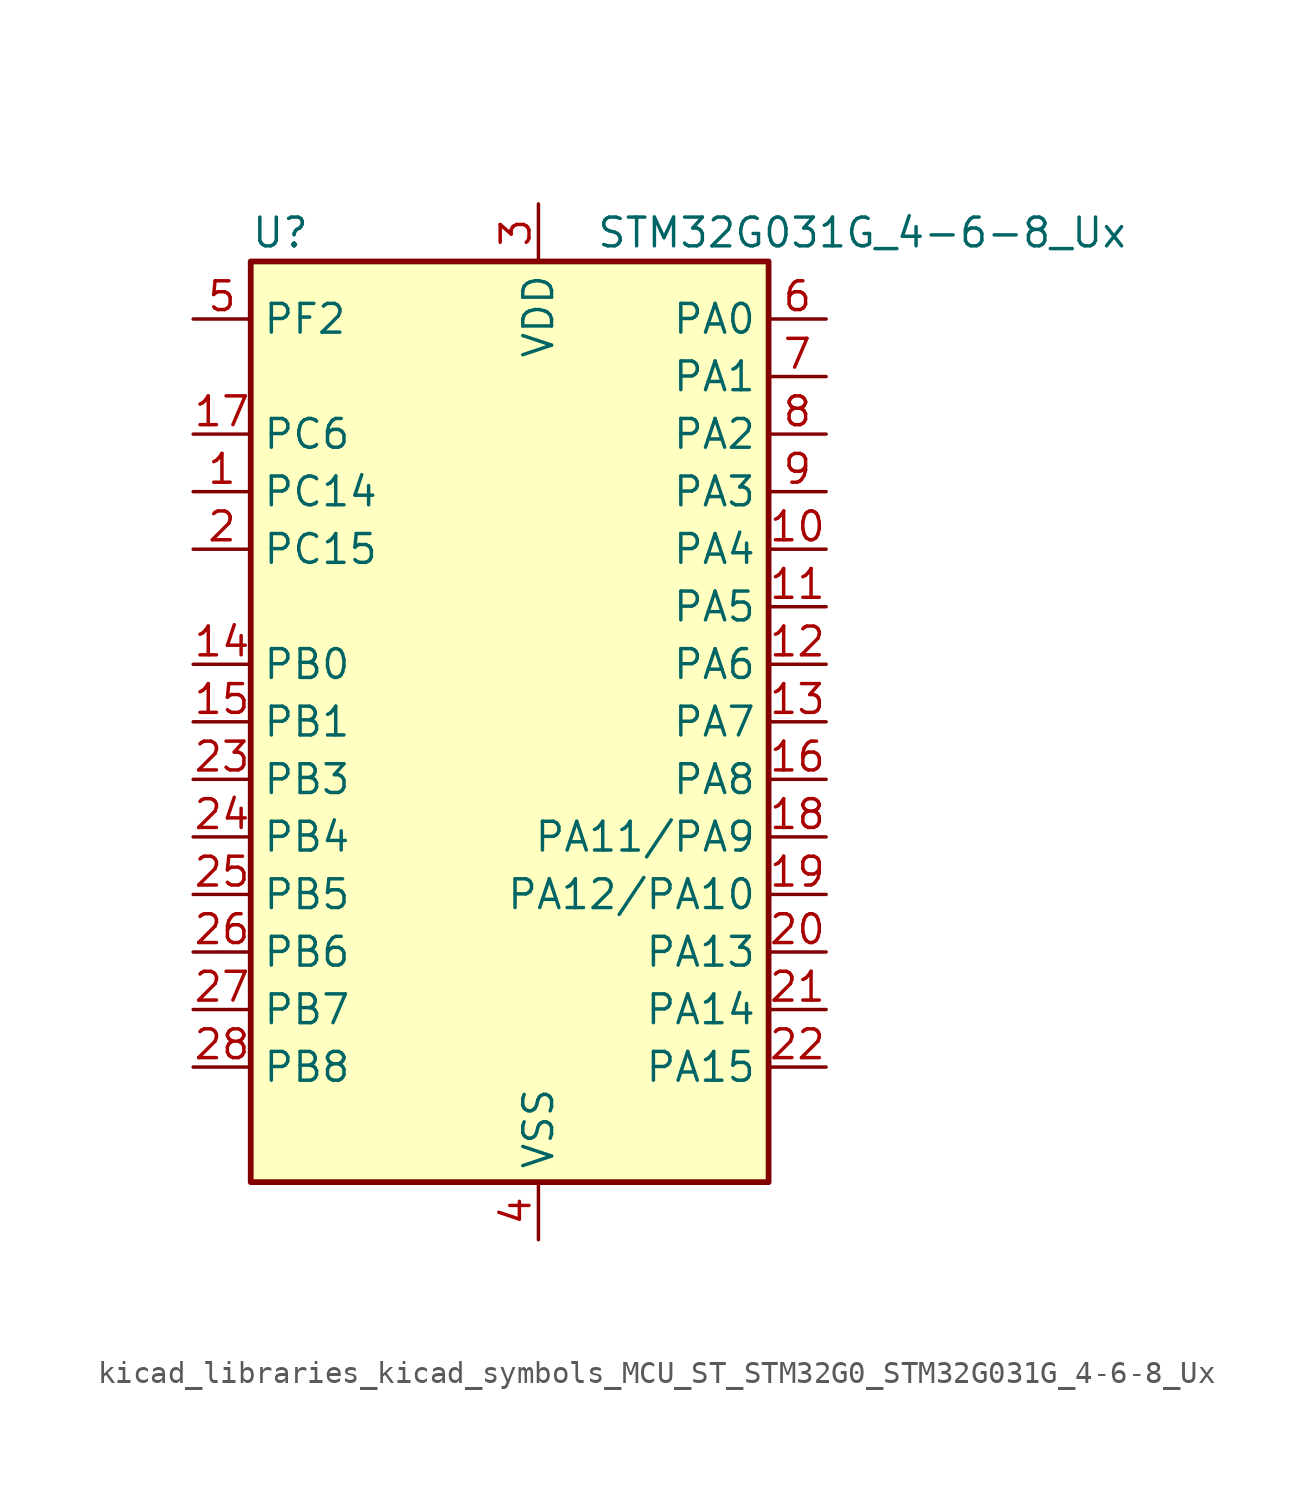
<source format=kicad_sym>
(kicad_symbol_lib
  (version 20220914)
  (generator kicad_symbol_editor)
  (symbol "kicad_libraries_kicad_symbols_MCU_ST_STM32G0_STM32G031G_4-6-8_Ux"
    (property "Reference" "U"
      (at -10.16 21.59 0)
      (effects (font (size 1.27 1.27)) (justify left)))
    (property "Value" "STM32G031G_4-6-8_Ux"
      (at 5.08 21.59 0)
      (effects (font (size 1.27 1.27)) (justify left)))
    (property "ki_locked" ""
      (at 0 0 0)
      (effects (font (size 1.27 1.27))))
    (symbol "kicad_libraries_kicad_symbols_MCU_ST_STM32G0_STM32G031G_4-6-8_Ux_0_1"
      (rectangle (start -10.16 -20.32) (end 12.7 20.32) (stroke (width 0.254) (type default)) (fill (type background))))
    (symbol "kicad_libraries_kicad_symbols_MCU_ST_STM32G0_STM32G031G_4-6-8_Ux_1_1"
      (pin bidirectional line (at -12.7 10.16 0) (length 2.54) (name "PC14" (effects (font (size 1.27 1.27)))) (number "1" (effects (font (size 1.27 1.27)))) (alternate "RCC_OSC32_IN" bidirectional line) (alternate "RCC_OSC_IN" bidirectional line) (alternate "TIM1_BK2" bidirectional line))
      (pin bidirectional line (at 15.24 7.62 180) (length 2.54) (name "PA4" (effects (font (size 1.27 1.27)))) (number "10" (effects (font (size 1.27 1.27)))) (alternate "ADC1_IN4" bidirectional line) (alternate "I2S1_WS" bidirectional line) (alternate "LPTIM2_OUT" bidirectional line) (alternate "RTC_OUT_ALARM" bidirectional line) (alternate "RTC_OUT_CALIB" bidirectional line) (alternate "RTC_TAMP_IN1" bidirectional line) (alternate "RTC_TS" bidirectional line) (alternate "SPI1_NSS" bidirectional line) (alternate "SPI2_MOSI" bidirectional line) (alternate "SYS_WKUP2" bidirectional line) (alternate "TIM14_CH1" bidirectional line))
      (pin bidirectional line (at 15.24 5.08 180) (length 2.54) (name "PA5" (effects (font (size 1.27 1.27)))) (number "11" (effects (font (size 1.27 1.27)))) (alternate "ADC1_IN5" bidirectional line) (alternate "I2S1_CK" bidirectional line) (alternate "LPTIM2_ETR" bidirectional line) (alternate "SPI1_SCK" bidirectional line) (alternate "TIM2_CH1" bidirectional line) (alternate "TIM2_ETR" bidirectional line))
      (pin bidirectional line (at 15.24 2.54 180) (length 2.54) (name "PA6" (effects (font (size 1.27 1.27)))) (number "12" (effects (font (size 1.27 1.27)))) (alternate "ADC1_IN6" bidirectional line) (alternate "I2S1_MCK" bidirectional line) (alternate "LPUART1_CTS" bidirectional line) (alternate "SPI1_MISO" bidirectional line) (alternate "TIM16_CH1" bidirectional line) (alternate "TIM1_BK" bidirectional line) (alternate "TIM3_CH1" bidirectional line))
      (pin bidirectional line (at 15.24 0 180) (length 2.54) (name "PA7" (effects (font (size 1.27 1.27)))) (number "13" (effects (font (size 1.27 1.27)))) (alternate "ADC1_IN7" bidirectional line) (alternate "I2S1_SD" bidirectional line) (alternate "SPI1_MOSI" bidirectional line) (alternate "TIM14_CH1" bidirectional line) (alternate "TIM17_CH1" bidirectional line) (alternate "TIM1_CH1N" bidirectional line) (alternate "TIM3_CH2" bidirectional line))
      (pin bidirectional line (at -12.7 2.54 0) (length 2.54) (name "PB0" (effects (font (size 1.27 1.27)))) (number "14" (effects (font (size 1.27 1.27)))) (alternate "ADC1_IN8" bidirectional line) (alternate "I2S1_WS" bidirectional line) (alternate "LPTIM1_OUT" bidirectional line) (alternate "SPI1_NSS" bidirectional line) (alternate "TIM1_CH2N" bidirectional line) (alternate "TIM3_CH3" bidirectional line))
      (pin bidirectional line (at -12.7 0 0) (length 2.54) (name "PB1" (effects (font (size 1.27 1.27)))) (number "15" (effects (font (size 1.27 1.27)))) (alternate "ADC1_IN9" bidirectional line) (alternate "LPTIM2_IN1" bidirectional line) (alternate "LPUART1_DE" bidirectional line) (alternate "LPUART1_RTS" bidirectional line) (alternate "TIM14_CH1" bidirectional line) (alternate "TIM1_CH3N" bidirectional line) (alternate "TIM3_CH4" bidirectional line))
      (pin bidirectional line (at 15.24 -2.54 180) (length 2.54) (name "PA8" (effects (font (size 1.27 1.27)))) (number "16" (effects (font (size 1.27 1.27)))) (alternate "LPTIM2_OUT" bidirectional line) (alternate "RCC_MCO" bidirectional line) (alternate "SPI2_NSS" bidirectional line) (alternate "TIM1_CH1" bidirectional line))
      (pin bidirectional line (at -12.7 12.7 0) (length 2.54) (name "PC6" (effects (font (size 1.27 1.27)))) (number "17" (effects (font (size 1.27 1.27)))) (alternate "TIM2_CH3" bidirectional line) (alternate "TIM3_CH1" bidirectional line))
      (pin bidirectional line (at 15.24 -5.08 180) (length 2.54) (name "PA11/PA9" (effects (font (size 1.27 1.27)))) (number "18" (effects (font (size 1.27 1.27)))) (alternate "ADC1_EXTI11" bidirectional line) (alternate "ADC1_IN15" bidirectional line) (alternate "I2C2_SCL" bidirectional line) (alternate "I2S1_MCK" bidirectional line) (alternate "SPI1_MISO" bidirectional line) (alternate "TIM1_BK2" bidirectional line) (alternate "TIM1_CH4" bidirectional line) (alternate "USART1_CTS" bidirectional line) (alternate "USART1_NSS" bidirectional line))
      (pin bidirectional line (at 15.24 -7.62 180) (length 2.54) (name "PA12/PA10" (effects (font (size 1.27 1.27)))) (number "19" (effects (font (size 1.27 1.27)))) (alternate "ADC1_IN16" bidirectional line) (alternate "I2C2_SDA" bidirectional line) (alternate "I2S1_SD" bidirectional line) (alternate "I2S_CKIN" bidirectional line) (alternate "SPI1_MOSI" bidirectional line) (alternate "TIM1_ETR" bidirectional line) (alternate "USART1_CK" bidirectional line) (alternate "USART1_DE" bidirectional line) (alternate "USART1_RTS" bidirectional line))
      (pin bidirectional line (at -12.7 7.62 0) (length 2.54) (name "PC15" (effects (font (size 1.27 1.27)))) (number "2" (effects (font (size 1.27 1.27)))) (alternate "RCC_OSC32_EN" bidirectional line) (alternate "RCC_OSC32_OUT" bidirectional line) (alternate "RCC_OSC_EN" bidirectional line))
      (pin bidirectional line (at 15.24 -10.16 180) (length 2.54) (name "PA13" (effects (font (size 1.27 1.27)))) (number "20" (effects (font (size 1.27 1.27)))) (alternate "ADC1_IN17" bidirectional line) (alternate "IR_OUT" bidirectional line) (alternate "SYS_SWDIO" bidirectional line))
      (pin bidirectional line (at 15.24 -12.7 180) (length 2.54) (name "PA14" (effects (font (size 1.27 1.27)))) (number "21" (effects (font (size 1.27 1.27)))) (alternate "ADC1_IN18" bidirectional line) (alternate "SYS_SWCLK" bidirectional line) (alternate "USART2_TX" bidirectional line))
      (pin bidirectional line (at 15.24 -15.24 180) (length 2.54) (name "PA15" (effects (font (size 1.27 1.27)))) (number "22" (effects (font (size 1.27 1.27)))) (alternate "I2S1_WS" bidirectional line) (alternate "SPI1_NSS" bidirectional line) (alternate "TIM2_CH1" bidirectional line) (alternate "TIM2_ETR" bidirectional line) (alternate "USART2_RX" bidirectional line))
      (pin bidirectional line (at -12.7 -2.54 0) (length 2.54) (name "PB3" (effects (font (size 1.27 1.27)))) (number "23" (effects (font (size 1.27 1.27)))) (alternate "I2S1_CK" bidirectional line) (alternate "SPI1_SCK" bidirectional line) (alternate "TIM1_CH2" bidirectional line) (alternate "TIM2_CH2" bidirectional line) (alternate "USART1_CK" bidirectional line) (alternate "USART1_DE" bidirectional line) (alternate "USART1_RTS" bidirectional line))
      (pin bidirectional line (at -12.7 -5.08 0) (length 2.54) (name "PB4" (effects (font (size 1.27 1.27)))) (number "24" (effects (font (size 1.27 1.27)))) (alternate "I2S1_MCK" bidirectional line) (alternate "SPI1_MISO" bidirectional line) (alternate "TIM17_BK" bidirectional line) (alternate "TIM3_CH1" bidirectional line) (alternate "USART1_CTS" bidirectional line) (alternate "USART1_NSS" bidirectional line))
      (pin bidirectional line (at -12.7 -7.62 0) (length 2.54) (name "PB5" (effects (font (size 1.27 1.27)))) (number "25" (effects (font (size 1.27 1.27)))) (alternate "I2C1_SMBA" bidirectional line) (alternate "I2S1_SD" bidirectional line) (alternate "LPTIM1_IN1" bidirectional line) (alternate "SPI1_MOSI" bidirectional line) (alternate "SYS_WKUP6" bidirectional line) (alternate "TIM16_BK" bidirectional line) (alternate "TIM3_CH2" bidirectional line))
      (pin bidirectional line (at -12.7 -10.16 0) (length 2.54) (name "PB6" (effects (font (size 1.27 1.27)))) (number "26" (effects (font (size 1.27 1.27)))) (alternate "I2C1_SCL" bidirectional line) (alternate "LPTIM1_ETR" bidirectional line) (alternate "SPI2_MISO" bidirectional line) (alternate "TIM16_CH1N" bidirectional line) (alternate "TIM1_CH3" bidirectional line) (alternate "USART1_TX" bidirectional line))
      (pin bidirectional line (at -12.7 -12.7 0) (length 2.54) (name "PB7" (effects (font (size 1.27 1.27)))) (number "27" (effects (font (size 1.27 1.27)))) (alternate "ADC1_IN11" bidirectional line) (alternate "I2C1_SDA" bidirectional line) (alternate "LPTIM1_IN2" bidirectional line) (alternate "SPI2_MOSI" bidirectional line) (alternate "SYS_PVD_IN" bidirectional line) (alternate "TIM17_CH1N" bidirectional line) (alternate "USART1_RX" bidirectional line))
      (pin bidirectional line (at -12.7 -15.24 0) (length 2.54) (name "PB8" (effects (font (size 1.27 1.27)))) (number "28" (effects (font (size 1.27 1.27)))) (alternate "I2C1_SCL" bidirectional line) (alternate "SPI2_SCK" bidirectional line) (alternate "TIM16_CH1" bidirectional line))
      (pin power_in line (at 2.54 22.86 270) (length 2.54) (name "VDD" (effects (font (size 1.27 1.27)))) (number "3" (effects (font (size 1.27 1.27)))))
      (pin power_in line (at 2.54 -22.86 90) (length 2.54) (name "VSS" (effects (font (size 1.27 1.27)))) (number "4" (effects (font (size 1.27 1.27)))))
      (pin bidirectional line (at -12.7 17.78 0) (length 2.54) (name "PF2" (effects (font (size 1.27 1.27)))) (number "5" (effects (font (size 1.27 1.27)))) (alternate "RCC_MCO" bidirectional line))
      (pin bidirectional line (at 15.24 17.78 180) (length 2.54) (name "PA0" (effects (font (size 1.27 1.27)))) (number "6" (effects (font (size 1.27 1.27)))) (alternate "ADC1_IN0" bidirectional line) (alternate "LPTIM1_OUT" bidirectional line) (alternate "RTC_TAMP_IN2" bidirectional line) (alternate "SPI2_SCK" bidirectional line) (alternate "SYS_WKUP1" bidirectional line) (alternate "TIM2_CH1" bidirectional line) (alternate "TIM2_ETR" bidirectional line) (alternate "USART2_CTS" bidirectional line) (alternate "USART2_NSS" bidirectional line))
      (pin bidirectional line (at 15.24 15.24 180) (length 2.54) (name "PA1" (effects (font (size 1.27 1.27)))) (number "7" (effects (font (size 1.27 1.27)))) (alternate "ADC1_IN1" bidirectional line) (alternate "I2C1_SMBA" bidirectional line) (alternate "I2S1_CK" bidirectional line) (alternate "SPI1_SCK" bidirectional line) (alternate "TIM2_CH2" bidirectional line) (alternate "USART2_CK" bidirectional line) (alternate "USART2_DE" bidirectional line) (alternate "USART2_RTS" bidirectional line))
      (pin bidirectional line (at 15.24 12.7 180) (length 2.54) (name "PA2" (effects (font (size 1.27 1.27)))) (number "8" (effects (font (size 1.27 1.27)))) (alternate "ADC1_IN2" bidirectional line) (alternate "I2S1_SD" bidirectional line) (alternate "LPUART1_TX" bidirectional line) (alternate "RCC_LSCO" bidirectional line) (alternate "SPI1_MOSI" bidirectional line) (alternate "SYS_WKUP4" bidirectional line) (alternate "TIM2_CH3" bidirectional line) (alternate "USART2_TX" bidirectional line))
      (pin bidirectional line (at 15.24 10.16 180) (length 2.54) (name "PA3" (effects (font (size 1.27 1.27)))) (number "9" (effects (font (size 1.27 1.27)))) (alternate "ADC1_IN3" bidirectional line) (alternate "LPUART1_RX" bidirectional line) (alternate "SPI2_MISO" bidirectional line) (alternate "TIM2_CH4" bidirectional line) (alternate "USART2_RX" bidirectional line)))))
</source>
